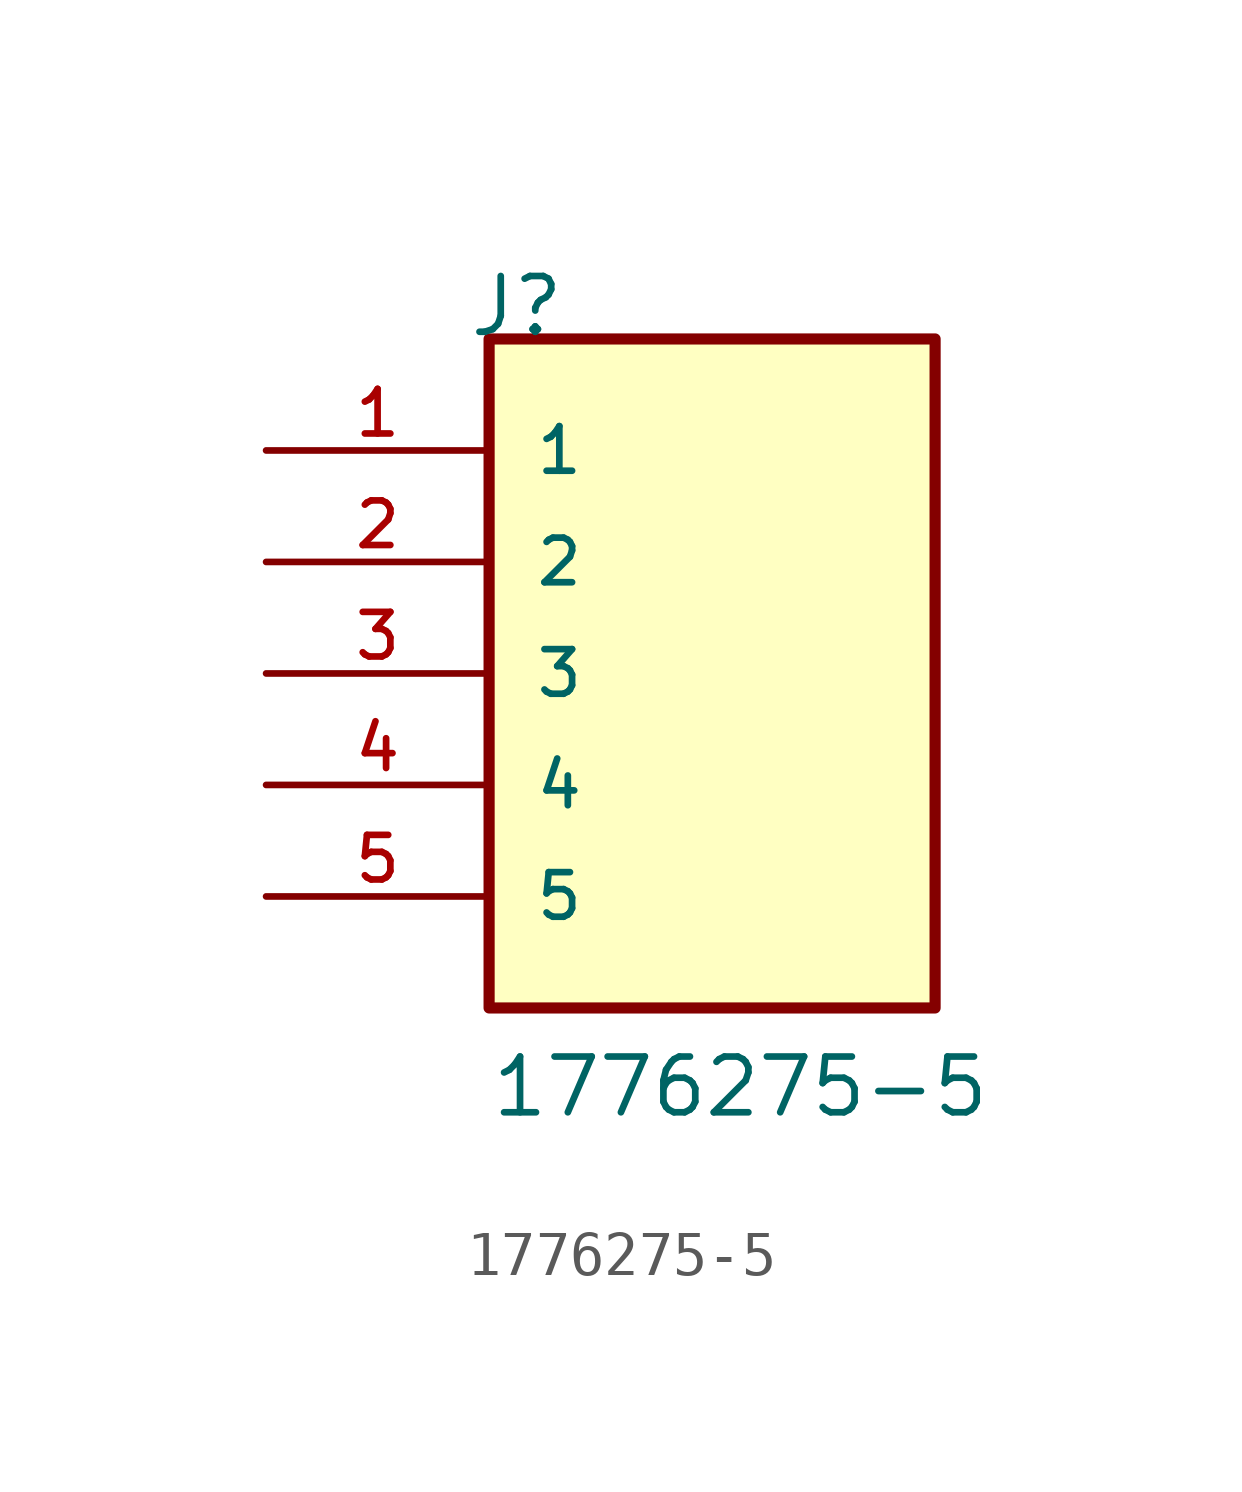
<source format=kicad_sym>
(kicad_symbol_lib
  (version 20211014)
  (generator kicad_symbol_editor)
  (symbol "1776275-5"
    (pin_names
      (offset 1.016))
    (property "Reference" "J"
      (at -5.58 7.62 0)
      (effects (font (size 1.27 1.27)) (justify bottom left)))
    (property "Value" "1776275-5"
      (at -5.08 -10.16 0)
      (effects (font (size 1.27 1.27)) (justify bottom left)))
    (symbol "1776275-5_0_0"
      (rectangle (start -5.08 -7.62) (end 5.08 7.62) (stroke (width 0.254)) (fill (type background)))
      (pin passive line (at -10.16 5.08 0) (length 5.08) (name "1" (effects (font (size 1.016 1.016)))) (number "1" (effects (font (size 1.016 1.016)))))
      (pin passive line (at -10.16 2.54 0) (length 5.08) (name "2" (effects (font (size 1.016 1.016)))) (number "2" (effects (font (size 1.016 1.016)))))
      (pin passive line (at -10.16 0.0 0) (length 5.08) (name "3" (effects (font (size 1.016 1.016)))) (number "3" (effects (font (size 1.016 1.016)))))
      (pin passive line (at -10.16 -2.54 0) (length 5.08) (name "4" (effects (font (size 1.016 1.016)))) (number "4" (effects (font (size 1.016 1.016)))))
      (pin passive line (at -10.16 -5.08 0) (length 5.08) (name "5" (effects (font (size 1.016 1.016)))) (number "5" (effects (font (size 1.016 1.016))))))))
</source>
